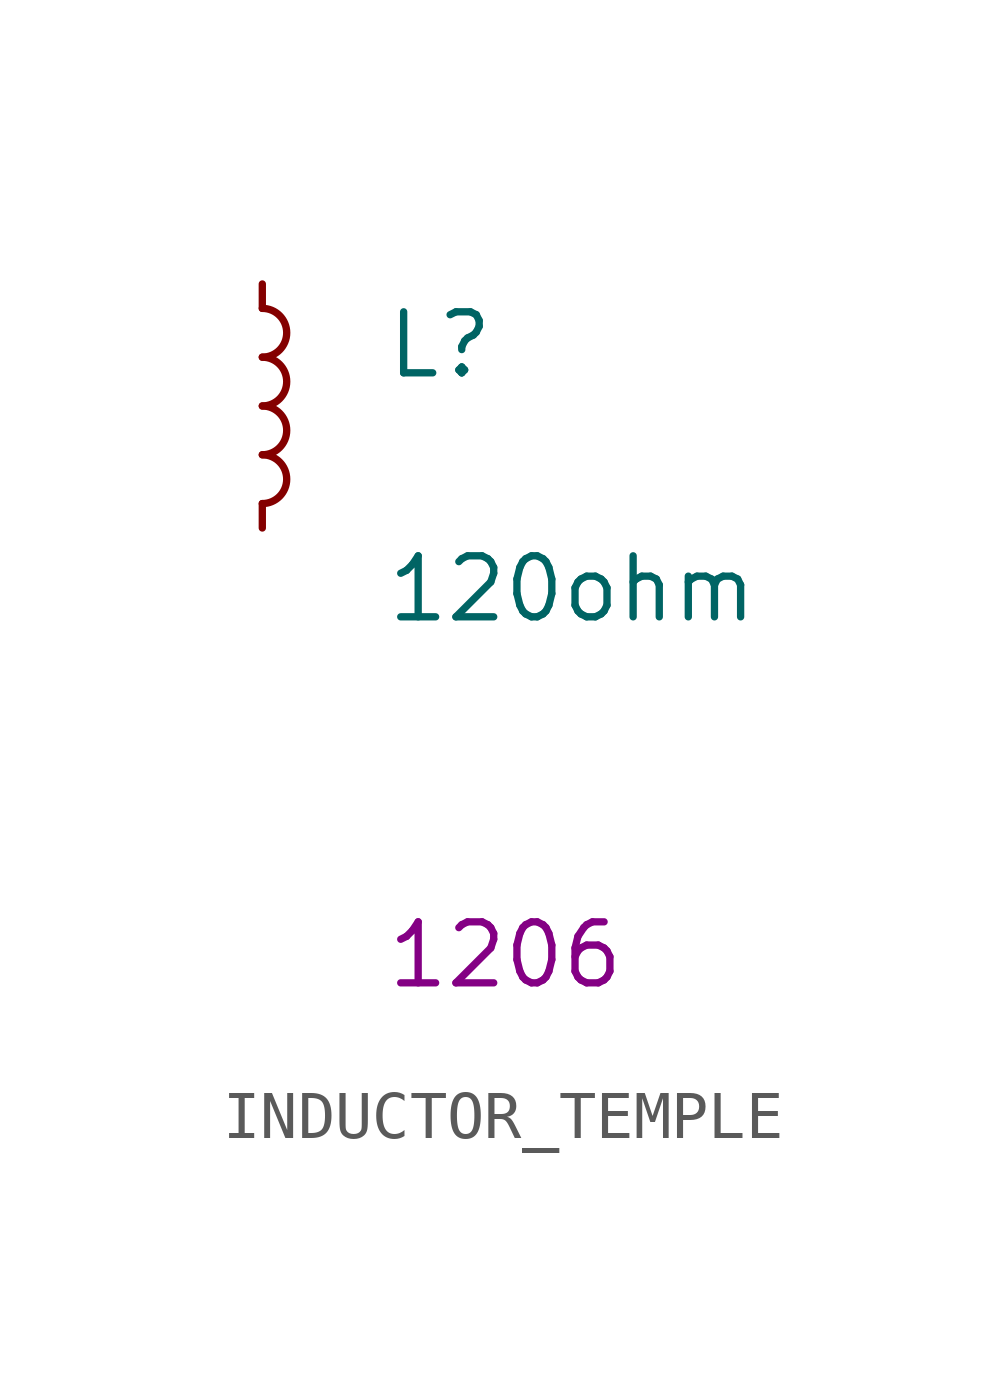
<source format=kicad_sym>
(kicad_symbol_lib
  (version 20220914)
  (generator kicad_symbol_editor)
  (symbol "INDUCTOR_TEMPLE"
    (pin_numbers hide)
    (pin_names
      (offset 0.254) hide)
    (property "Reference" "L"
      (at 2.54 1.27 0)
      (effects (font (size 1.27 1.27)) (justify left)))
    (property "Value" "INDUCTOR_TEMPLE"
      (at 2.54 -1.27 0)
      (effects (font (size 1.27 1.27)) (justify left)))
    (property "value" "120ohm"
      (at 2.54 -3.81 0)
      (effects (font (size 1.27 1.27)) (justify left)))
    (property "Chip Set" "1206"
      (at 2.54 -11.43 0)
      (effects (font (size 1.27 1.27)) (justify left)))
    (symbol "INDUCTOR_TEMPLE_0_1"
      (arc (start 0 -2.032) (mid 0.5058 -1.524) (end 0 -1.016) (stroke (width 0) (type solid)) (fill (type none)))
      (arc (start 0 -1.016) (mid 0.5058 -0.508) (end 0 0) (stroke (width 0) (type solid)) (fill (type none)))
      (arc (start 0 0) (mid 0.5058 0.508) (end 0 1.016) (stroke (width 0) (type solid)) (fill (type none)))
      (arc (start 0 1.016) (mid 0.5058 1.524) (end 0 2.032) (stroke (width 0) (type solid)) (fill (type none))))
    (symbol "INDUCTOR_TEMPLE_1_1"
      (pin passive line (at 0 2.54 270) (length 0.508) (name "~" (effects (font (size 1.27 1.27)))) (number "1" (effects (font (size 1.27 1.27)))))
      (pin passive line (at 0 -2.54 90) (length 0.508) (name "~" (effects (font (size 1.27 1.27)))) (number "2" (effects (font (size 1.27 1.27))))))))
</source>
